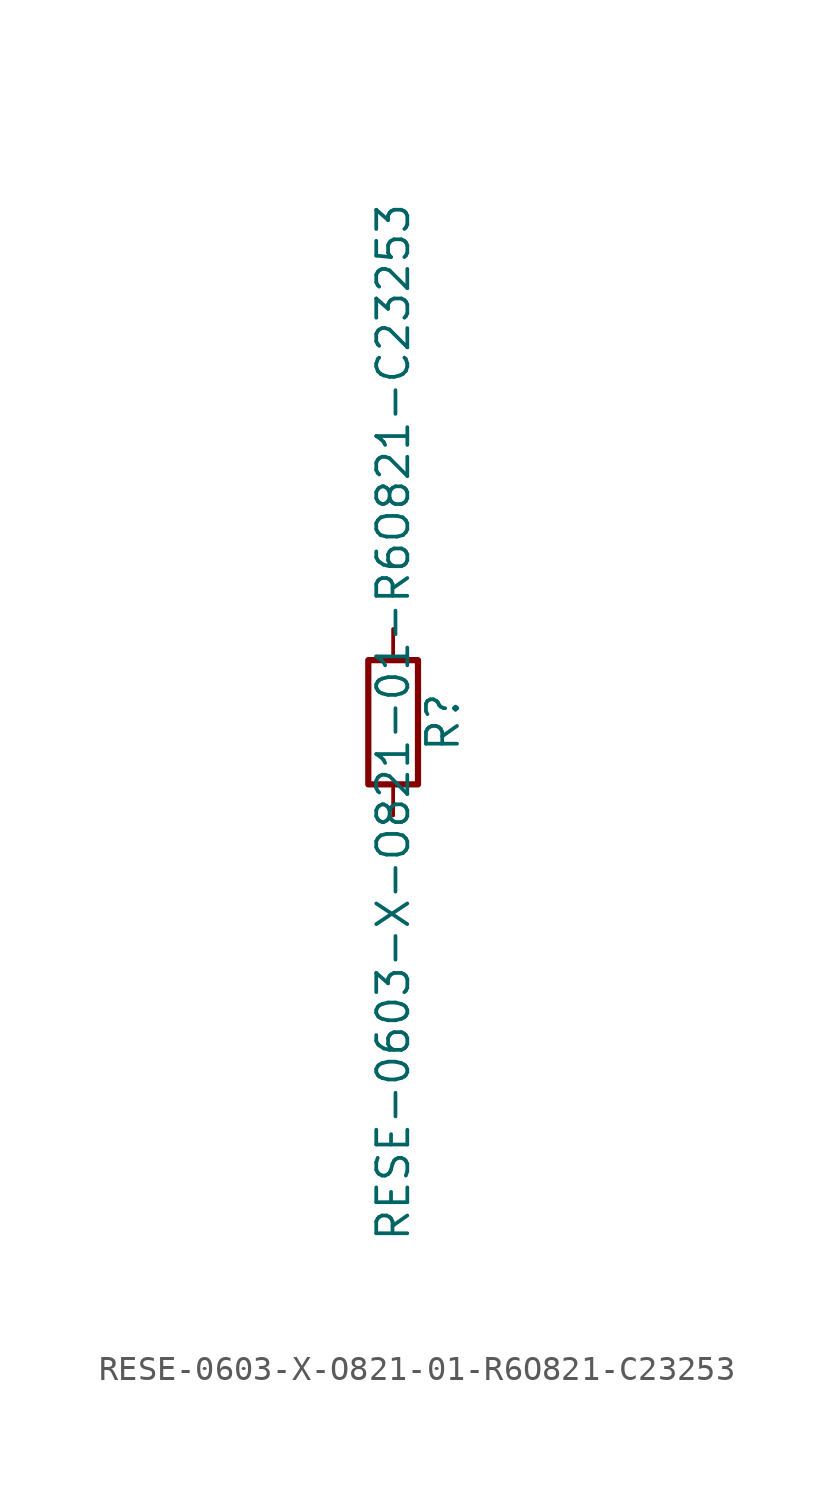
<source format=kicad_sym>
(kicad_symbol_lib
  (version 20211014)
  (generator kicad_symbol_editor)
  (symbol "RESE-0603-X-O821-01-R6O821-C23253"
    (pin_numbers hide)
    (pin_names
      (offset 0))
    (property "Reference" "R"
      (at 2.032 0 90)
      (effects (font (size 1.27 1.27))))
    (property "Value" "RESE-0603-X-O821-01-R6O821-C23253"
      (at 0 0 90)
      (effects (font (size 1.27 1.27))))
    (symbol "RESE-0603-X-O821-01-R6O821-C23253_0_1"
      (rectangle (start -1.016 -2.54) (end 1.016 2.54) (stroke (width 0.254) (type default) (color 0 0 0 0)) (fill (type none))))
    (symbol "RESE-0603-X-O821-01-R6O821-C23253_1_1"
      (pin passive line (at 0 3.81 270) (length 1.27) (name "~" (effects (font (size 1.27 1.27)))) (number "1" (effects (font (size 1.27 1.27)))))
      (pin passive line (at 0 -3.81 90) (length 1.27) (name "~" (effects (font (size 1.27 1.27)))) (number "2" (effects (font (size 1.27 1.27))))))))
</source>
